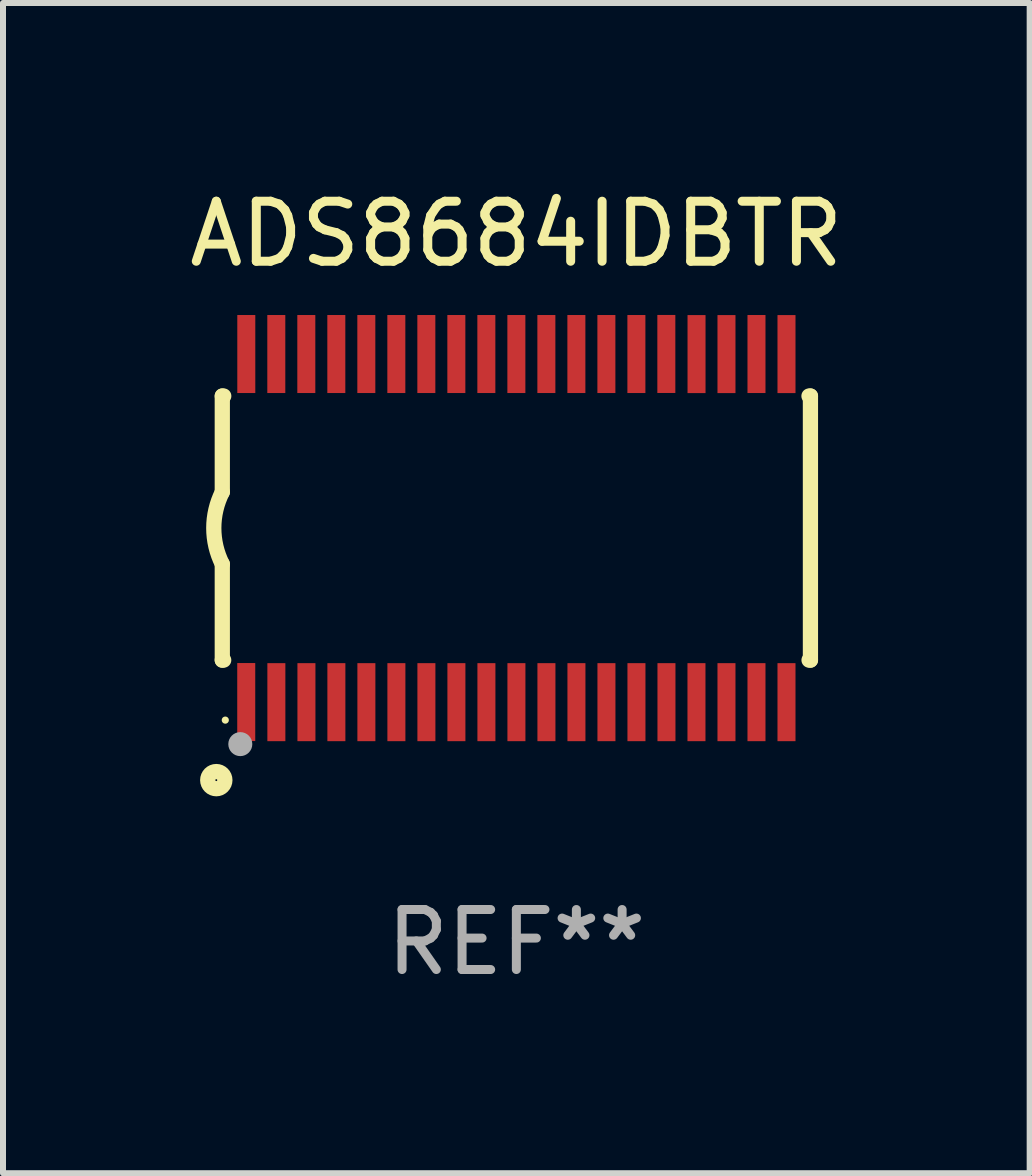
<source format=kicad_pcb>
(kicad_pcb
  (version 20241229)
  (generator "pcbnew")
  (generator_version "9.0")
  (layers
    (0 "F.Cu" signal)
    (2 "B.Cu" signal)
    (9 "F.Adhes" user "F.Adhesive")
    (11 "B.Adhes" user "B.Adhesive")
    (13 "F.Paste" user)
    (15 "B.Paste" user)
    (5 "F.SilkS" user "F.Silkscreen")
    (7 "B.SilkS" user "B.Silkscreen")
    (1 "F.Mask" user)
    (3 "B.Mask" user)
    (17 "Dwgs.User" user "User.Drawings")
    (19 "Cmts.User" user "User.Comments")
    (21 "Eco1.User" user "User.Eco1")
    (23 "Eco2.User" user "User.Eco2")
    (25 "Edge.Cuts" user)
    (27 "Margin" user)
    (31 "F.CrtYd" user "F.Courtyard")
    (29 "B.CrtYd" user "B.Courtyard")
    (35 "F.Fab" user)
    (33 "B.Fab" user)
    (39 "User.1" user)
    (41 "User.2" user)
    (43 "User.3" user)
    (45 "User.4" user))
  (footprint "ADS8684IDBTR"
    (layer "F.Cu")
    (at 5.554 5.749)
    (property "Reference" "ADS8684IDBTR" (at 0 -4.901 0) (layer "F.SilkS") (effects (font (size 1 1) (thickness 0.15))))
    (attr through_hole)
    (fp_line (start -4.9 -2.2) (end -4.9 -0.6) (stroke (width 0.254) (type solid)) (layer "F.SilkS"))
    (fp_line (start -4.9 -2.2) (end -4.876 -2.2) (stroke (width 0.254) (type solid)) (layer "F.SilkS"))
    (fp_line (start -4.9 2.2) (end -4.9 0.6) (stroke (width 0.254) (type solid)) (layer "F.SilkS"))
    (fp_line (start -4.9 2.2) (end -4.877 2.2) (stroke (width 0.254) (type solid)) (layer "F.SilkS"))
    (fp_line (start 4.876 -2.2) (end 4.9 -2.2) (stroke (width 0.254) (type solid)) (layer "F.SilkS"))
    (fp_line (start 4.877 2.2) (end 4.9 2.2) (stroke (width 0.254) (type solid)) (layer "F.SilkS"))
    (fp_line (start 4.9 -2.2) (end 4.9 2.2) (stroke (width 0.254) (type solid)) (layer "F.SilkS"))
    (fp_arc (start -4.900051 0.599822) (mid -5.041652 -0.000095) (end -4.9 -0.6) (stroke (width 0.254001) (type solid)) (layer "F.SilkS"))
    (fp_circle (center -5 4.2) (end -4.857 4.2) (stroke (width 0.254) (type solid)) (fill no) (layer "F.SilkS"))
    (fp_circle (center -4.85 3.2) (end -4.82 3.2) (stroke (width 0.06) (type solid)) (fill no) (layer "F.SilkS"))
    (fp_circle (center -4.6 3.6) (end -4.5 3.6) (stroke (width 0.2) (type solid)) (fill no) (layer "F.Fab"))
    (fp_text user "REF**" (at 0 6.901 0) (layer "F.Fab") (effects (font (size 1 1) (thickness 0.15))))
    (pad "1" smd rect (at -4.501 2.899 90) (size 1.3 0.3) (layers "F.Cu" "F.Mask" "F.Paste"))
    (pad "2" smd rect (at -3.999 2.901 90) (size 1.3 0.3) (layers "F.Cu" "F.Mask" "F.Paste"))
    (pad "3" smd rect (at -3.498 2.901 90) (size 1.3 0.3) (layers "F.Cu" "F.Mask" "F.Paste"))
    (pad "4" smd rect (at -2.999 2.901 90) (size 1.3 0.3) (layers "F.Cu" "F.Mask" "F.Paste"))
    (pad "5" smd rect (at -2.499 2.901 90) (size 1.3 0.3) (layers "F.Cu" "F.Mask" "F.Paste"))
    (pad "6" smd rect (at -1.999 2.901 90) (size 1.3 0.3) (layers "F.Cu" "F.Mask" "F.Paste"))
    (pad "7" smd rect (at -1.499 2.901 90) (size 1.3 0.3) (layers "F.Cu" "F.Mask" "F.Paste"))
    (pad "8" smd rect (at -0.999 2.901 90) (size 1.3 0.3) (layers "F.Cu" "F.Mask" "F.Paste"))
    (pad "9" smd rect (at -0.499 2.901 90) (size 1.3 0.3) (layers "F.Cu" "F.Mask" "F.Paste"))
    (pad "10" smd rect (at 0.001 2.901 90) (size 1.3 0.3) (layers "F.Cu" "F.Mask" "F.Paste"))
    (pad "11" smd rect (at 0.501 2.901 90) (size 1.3 0.3) (layers "F.Cu" "F.Mask" "F.Paste"))
    (pad "12" smd rect (at 1.001 2.901 90) (size 1.3 0.3) (layers "F.Cu" "F.Mask" "F.Paste"))
    (pad "13" smd rect (at 1.501 2.901 90) (size 1.3 0.3) (layers "F.Cu" "F.Mask" "F.Paste"))
    (pad "14" smd rect (at 2.001 2.901 90) (size 1.3 0.3) (layers "F.Cu" "F.Mask" "F.Paste"))
    (pad "15" smd rect (at 2.501 2.901 90) (size 1.3 0.3) (layers "F.Cu" "F.Mask" "F.Paste"))
    (pad "16" smd rect (at 3.001 2.901 90) (size 1.3 0.3) (layers "F.Cu" "F.Mask" "F.Paste"))
    (pad "17" smd rect (at 3.501 2.901 90) (size 1.3 0.3) (layers "F.Cu" "F.Mask" "F.Paste"))
    (pad "18" smd rect (at 4.001 2.901 90) (size 1.3 0.3) (layers "F.Cu" "F.Mask" "F.Paste"))
    (pad "19" smd rect (at 4.501 2.901 90) (size 1.3 0.3) (layers "F.Cu" "F.Mask" "F.Paste"))
    (pad "20" smd rect (at 4.501 -2.899 90) (size 1.3 0.3) (layers "F.Cu" "F.Mask" "F.Paste"))
    (pad "21" smd rect (at 4.001 -2.9 90) (size 1.3 0.3) (layers "F.Cu" "F.Mask" "F.Paste"))
    (pad "22" smd rect (at 3.501 -2.899 90) (size 1.3 0.3) (layers "F.Cu" "F.Mask" "F.Paste"))
    (pad "23" smd rect (at 3.002 -2.899 90) (size 1.3 0.3) (layers "F.Cu" "F.Mask" "F.Paste"))
    (pad "24" smd rect (at 2.499 -2.901 90) (size 1.3 0.3) (layers "F.Cu" "F.Mask" "F.Paste"))
    (pad "25" smd rect (at 2 -2.9 90) (size 1.3 0.3) (layers "F.Cu" "F.Mask" "F.Paste"))
    (pad "26" smd rect (at 1.5 -2.9 90) (size 1.3 0.3) (layers "F.Cu" "F.Mask" "F.Paste"))
    (pad "27" smd rect (at 1 -2.9 90) (size 1.3 0.3) (layers "F.Cu" "F.Mask" "F.Paste"))
    (pad "28" smd rect (at 0.5 -2.9 90) (size 1.3 0.3) (layers "F.Cu" "F.Mask" "F.Paste"))
    (pad "29" smd rect (at 0.000127 -2.9 90) (size 1.3 0.3) (layers "F.Cu" "F.Mask" "F.Paste"))
    (pad "30" smd rect (at -0.5 -2.9 90) (size 1.3 0.3) (layers "F.Cu" "F.Mask" "F.Paste"))
    (pad "31" smd rect (at -1 -2.9 90) (size 1.3 0.3) (layers "F.Cu" "F.Mask" "F.Paste"))
    (pad "32" smd rect (at -1.5 -2.9 90) (size 1.3 0.3) (layers "F.Cu" "F.Mask" "F.Paste"))
    (pad "33" smd rect (at -2 -2.9 90) (size 1.3 0.3) (layers "F.Cu" "F.Mask" "F.Paste"))
    (pad "34" smd rect (at -2.5 -2.9 90) (size 1.3 0.3) (layers "F.Cu" "F.Mask" "F.Paste"))
    (pad "35" smd rect (at -3 -2.9 90) (size 1.3 0.3) (layers "F.Cu" "F.Mask" "F.Paste"))
    (pad "36" smd rect (at -3.5 -2.9 90) (size 1.3 0.3) (layers "F.Cu" "F.Mask" "F.Paste"))
    (pad "37" smd rect (at -4 -2.9 90) (size 1.3 0.3) (layers "F.Cu" "F.Mask" "F.Paste"))
    (pad "38" smd rect (at -4.5 -2.9 90) (size 1.3 0.3) (layers "F.Cu" "F.Mask" "F.Paste")))
  (gr_rect
    (start -3 -3)
    (end 14.107 16.499)
    (stroke (width 0.1) (type default))
    (fill no)
    (layer "Edge.Cuts")))
</source>
